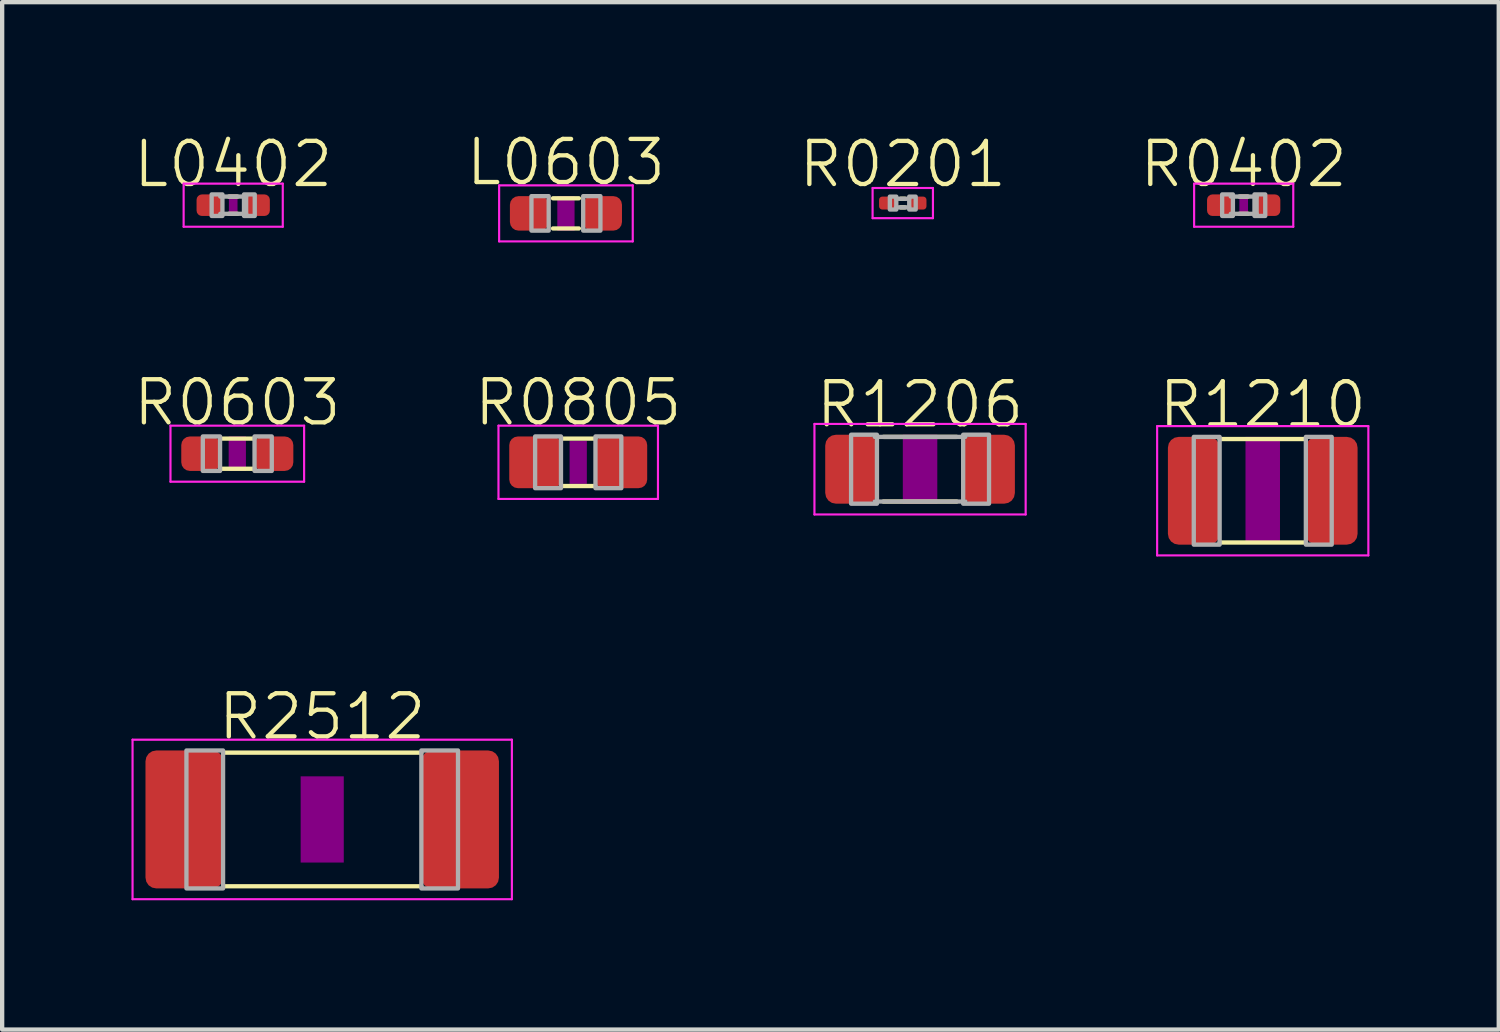
<source format=kicad_pcb>
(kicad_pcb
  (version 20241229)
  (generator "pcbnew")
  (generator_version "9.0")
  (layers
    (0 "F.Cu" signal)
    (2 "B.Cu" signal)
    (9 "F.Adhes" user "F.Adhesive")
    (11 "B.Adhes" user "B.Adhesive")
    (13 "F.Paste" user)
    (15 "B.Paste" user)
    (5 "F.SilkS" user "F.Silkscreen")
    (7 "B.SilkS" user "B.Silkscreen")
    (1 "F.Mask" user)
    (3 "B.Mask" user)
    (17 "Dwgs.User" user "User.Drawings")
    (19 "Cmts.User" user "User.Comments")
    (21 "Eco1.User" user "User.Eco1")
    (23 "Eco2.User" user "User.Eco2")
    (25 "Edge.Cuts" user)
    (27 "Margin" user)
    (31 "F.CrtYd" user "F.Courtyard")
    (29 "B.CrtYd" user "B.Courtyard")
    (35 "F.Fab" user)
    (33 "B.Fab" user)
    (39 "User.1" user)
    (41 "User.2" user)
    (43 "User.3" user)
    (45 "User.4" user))
  (footprint "R1206"
    (layer "F.Cu")
    (at 18.294 7.835)
    (property "Reference" "R1206" (at 0 -1.5 0) (layer "F.SilkS") (effects (font (size 1 1) (thickness 0.1))))
    (attr smd)
    (fp_line (start -0.85 -0.75) (end 0.85 -0.75) (stroke (width 0.1) (type solid)) (layer "F.SilkS"))
    (fp_line (start 0.85 0.75) (end -0.85 0.75) (stroke (width 0.1) (type solid)) (layer "F.SilkS"))
    (fp_poly (pts (xy -0.4 0.8) (xy 0.4 0.8) (xy 0.4 -0.8) (xy -0.4 -0.8)) (stroke (width 0) (type solid)) (fill yes) (layer "F.Adhes"))
    (fp_line (start -2.45 -1.05) (end 2.45 -1.05) (stroke (width 0.05) (type solid)) (layer "F.CrtYd"))
    (fp_line (start -2.45 1.05) (end -2.45 -1.05) (stroke (width 0.05) (type solid)) (layer "F.CrtYd"))
    (fp_line (start 2.45 -1.05) (end 2.45 1.05) (stroke (width 0.05) (type solid)) (layer "F.CrtYd"))
    (fp_line (start 2.45 1.05) (end -2.45 1.05) (stroke (width 0.05) (type solid)) (layer "F.CrtYd"))
    (fp_line (start -1.05 -0.75) (end 1.05 -0.75) (stroke (width 0.1) (type default)) (layer "F.Fab"))
    (fp_line (start -1.05 0.75) (end 1.05 0.75) (stroke (width 0.1) (type default)) (layer "F.Fab"))
    (fp_poly (pts (xy -1.6 0.8) (xy -1 0.8) (xy -1 -0.8) (xy -1.6 -0.8)) (stroke (width 0.1) (type solid)) (fill no) (layer "F.Fab"))
    (fp_poly (pts (xy 1 0.8) (xy 1.6 0.8) (xy 1.6 -0.8) (xy 1 -0.8)) (stroke (width 0.1) (type solid)) (fill no) (layer "F.Fab"))
    (pad "1" smd roundrect (at -1.6 0) (size 1.2 1.6) (layers "F.Cu" "F.Mask" "F.Paste") (roundrect_rratio 0.208))
    (pad "2" smd roundrect (at 1.6 0) (size 1.2 1.6) (layers "F.Cu" "F.Mask" "F.Paste") (roundrect_rratio 0.208)))
  (footprint "R1210"
    (layer "F.Cu")
    (at 26.244 8.335)
    (property "Reference" "R1210" (at 0 -2 0) (layer "F.SilkS") (effects (font (size 1 1) (thickness 0.1))))
    (attr smd)
    (fp_line (start -1 -1.2) (end 1 -1.2) (stroke (width 0.1) (type solid)) (layer "F.SilkS"))
    (fp_line (start 1 1.2) (end -1 1.2) (stroke (width 0.1) (type solid)) (layer "F.SilkS"))
    (fp_poly (pts (xy -0.4 1.2) (xy 0.4 1.2) (xy 0.4 -1.25) (xy -0.4 -1.25)) (stroke (width 0) (type solid)) (fill yes) (layer "F.Adhes"))
    (fp_line (start -2.45 -1.5) (end 2.45 -1.5) (stroke (width 0.05) (type solid)) (layer "F.CrtYd"))
    (fp_line (start -2.45 1.5) (end -2.45 -1.5) (stroke (width 0.05) (type solid)) (layer "F.CrtYd"))
    (fp_line (start 2.45 -1.5) (end 2.45 1.5) (stroke (width 0.05) (type solid)) (layer "F.CrtYd"))
    (fp_line (start 2.45 1.5) (end -2.45 1.5) (stroke (width 0.05) (type solid)) (layer "F.CrtYd"))
    (fp_poly (pts (xy -1.6 1.25) (xy -1 1.25) (xy -1 -1.25) (xy -1.6 -1.25)) (stroke (width 0.1) (type solid)) (fill no) (layer "F.Fab"))
    (fp_poly (pts (xy 1 1.25) (xy 1.6 1.25) (xy 1.6 -1.25) (xy 1 -1.25)) (stroke (width 0.1) (type solid)) (fill no) (layer "F.Fab"))
    (pad "1" smd roundrect (at -1.6 0) (size 1.2 2.5) (layers "F.Cu" "F.Mask" "F.Paste") (roundrect_rratio 0.208))
    (pad "2" smd roundrect (at 1.6 0) (size 1.2 2.5) (layers "F.Cu" "F.Mask" "F.Paste") (roundrect_rratio 0.208)))
  (footprint "R2512"
    (layer "F.Cu")
    (at 4.425 15.96)
    (property "Reference" "R2512" (at 0 -1.8 0) (layer "F.SilkS") (effects (font (size 1 1) (thickness 0.1)) (justify bottom)))
    (attr through_hole)
    (fp_line (start -2.3 -1.55) (end 2.3 -1.55) (stroke (width 0.1) (type solid)) (layer "F.SilkS"))
    (fp_line (start -2.3 1.55) (end 2.3 1.55) (stroke (width 0.1) (type solid)) (layer "F.SilkS"))
    (fp_poly (pts (xy -0.5 1) (xy 0.5 1) (xy 0.5 -1) (xy -0.5 -1)) (stroke (width 0) (type solid)) (fill yes) (layer "F.Adhes"))
    (fp_line (start -4.4 1.85) (end -4.4 -1.85) (stroke (width 0.05) (type solid)) (layer "F.CrtYd"))
    (fp_line (start -4.4 1.85) (end 4.4 1.85) (stroke (width 0.05) (type solid)) (layer "F.CrtYd"))
    (fp_line (start 4.4 -1.85) (end -4.4 -1.85) (stroke (width 0.05) (type solid)) (layer "F.CrtYd"))
    (fp_line (start 4.4 1.85) (end 4.4 -1.85) (stroke (width 0.05) (type solid)) (layer "F.CrtYd"))
    (fp_poly (pts (xy -3.15 1.6) (xy -2.3 1.6) (xy -2.3 -1.6) (xy -3.15 -1.6)) (stroke (width 0.1) (type solid)) (fill no) (layer "F.Fab"))
    (fp_poly (pts (xy 2.3 1.6) (xy 3.15 1.6) (xy 3.15 -1.6) (xy 2.3 -1.6)) (stroke (width 0.1) (type solid)) (fill no) (layer "F.Fab"))
    (pad "1" smd roundrect (at -3.2 0) (size 1.8 3.2) (layers "F.Cu" "F.Mask" "F.Paste") (roundrect_rratio 0.139))
    (pad "2" smd roundrect (at 3.2 0) (size 1.8 3.2) (layers "F.Cu" "F.Mask" "F.Paste") (roundrect_rratio 0.139)))
  (footprint "R0603"
    (layer "F.Cu")
    (at 2.455 7.475)
    (property "Reference" "R0603" (at 0 -0.6 0) (layer "F.SilkS") (effects (font (size 1 1) (thickness 0.1)) (justify bottom)))
    (attr through_hole)
    (fp_line (start -0.4 0.35) (end 0.4 0.35) (stroke (width 0.1) (type solid)) (layer "F.SilkS"))
    (fp_line (start 0.4 -0.35) (end -0.4 -0.35) (stroke (width 0.1) (type solid)) (layer "F.SilkS"))
    (fp_poly (pts (xy -0.2 0.4) (xy 0.2 0.4) (xy 0.2 -0.4) (xy -0.2 -0.4)) (stroke (width 0) (type solid)) (fill yes) (layer "F.Adhes"))
    (fp_line (start -1.55 -0.65) (end 1.55 -0.65) (stroke (width 0.05) (type solid)) (layer "F.CrtYd"))
    (fp_line (start -1.55 0.65) (end -1.55 -0.65) (stroke (width 0.05) (type solid)) (layer "F.CrtYd"))
    (fp_line (start 1.55 -0.65) (end 1.55 0.65) (stroke (width 0.05) (type solid)) (layer "F.CrtYd"))
    (fp_line (start 1.55 0.65) (end -1.55 0.65) (stroke (width 0.05) (type solid)) (layer "F.CrtYd"))
    (fp_poly (pts (xy -0.8 0.4) (xy -0.4 0.4) (xy -0.4 -0.4) (xy -0.8 -0.4)) (stroke (width 0.1) (type solid)) (fill no) (layer "F.Fab"))
    (fp_poly (pts (xy 0.4 0.4) (xy 0.8 0.4) (xy 0.8 -0.4) (xy 0.4 -0.4)) (stroke (width 0.1) (type solid)) (fill no) (layer "F.Fab"))
    (pad "1" smd roundrect (at -0.85 0) (size 0.9 0.8) (layers "F.Cu" "F.Mask" "F.Paste") (roundrect_rratio 0.25))
    (pad "2" smd roundrect (at 0.85 0) (size 0.9 0.8) (layers "F.Cu" "F.Mask" "F.Paste") (roundrect_rratio 0.25)))
  (footprint "R0402"
    (layer "F.Cu")
    (at 25.802 1.71)
    (property "Reference" "R0402" (at 0 -0.95 0) (layer "F.SilkS") (effects (font (size 1 1) (thickness 0.1))))
    (attr smd)
    (fp_line (start -0.1 0.2) (end 0.1 0.2) (stroke (width 0.1) (type solid)) (layer "F.SilkS"))
    (fp_line (start 0.1 -0.2) (end -0.1 -0.2) (stroke (width 0.1) (type solid)) (layer "F.SilkS"))
    (fp_poly (pts (xy -0.1 0.25) (xy 0.1 0.25) (xy 0.1 -0.25) (xy -0.1 -0.25)) (stroke (width 0) (type solid)) (fill yes) (layer "F.Adhes"))
    (fp_line (start -1.15 -0.5) (end 1.15 -0.5) (stroke (width 0.05) (type solid)) (layer "F.CrtYd"))
    (fp_line (start -1.15 0.5) (end -1.15 -0.5) (stroke (width 0.05) (type solid)) (layer "F.CrtYd"))
    (fp_line (start 1.15 -0.5) (end 1.15 0.5) (stroke (width 0.05) (type solid)) (layer "F.CrtYd"))
    (fp_line (start 1.15 0.5) (end -1.15 0.5) (stroke (width 0.05) (type solid)) (layer "F.CrtYd"))
    (fp_line (start -0.3 -0.2) (end 0.3 -0.2) (stroke (width 0.1) (type default)) (layer "F.Fab"))
    (fp_line (start 0.3 -0.2) (end 0.3 0.2) (stroke (width 0.1) (type default)) (layer "F.Fab"))
    (fp_line (start 0.3 0.2) (end -0.3 0.2) (stroke (width 0.1) (type default)) (layer "F.Fab"))
    (fp_poly (pts (xy -0.5 0.25) (xy -0.25 0.25) (xy -0.25 -0.25) (xy -0.5 -0.25)) (stroke (width 0.1) (type solid)) (fill no) (layer "F.Fab"))
    (fp_poly (pts (xy 0.25 0.25) (xy 0.5 0.25) (xy 0.5 -0.25) (xy 0.25 -0.25)) (stroke (width 0.1) (type solid)) (fill no) (layer "F.Fab"))
    (pad "1" smd roundrect (at -0.55 0) (size 0.6 0.5) (layers "F.Cu" "F.Mask" "F.Paste") (roundrect_rratio 0.25))
    (pad "2" smd roundrect (at 0.55 0) (size 0.6 0.5) (layers "F.Cu" "F.Mask" "F.Paste") (roundrect_rratio 0.25)))
  (footprint "R0805"
    (layer "F.Cu")
    (at 10.364 7.675)
    (property "Reference" "R0805" (at 0 -0.8 0) (layer "F.SilkS") (effects (font (size 1 1) (thickness 0.1)) (justify bottom)))
    (attr smd)
    (fp_line (start -0.4 -0.55) (end 0.4 -0.55) (stroke (width 0.1) (type solid)) (layer "F.SilkS"))
    (fp_line (start -0.4 0.55) (end 0.4 0.55) (stroke (width 0.1) (type solid)) (layer "F.SilkS"))
    (fp_poly (pts (xy -0.2 0.5) (xy 0.2 0.5) (xy 0.2 -0.5) (xy -0.2 -0.5)) (stroke (width 0) (type solid)) (fill yes) (layer "F.Adhes"))
    (fp_line (start -1.85 -0.85) (end 1.85 -0.85) (stroke (width 0.05) (type solid)) (layer "F.CrtYd"))
    (fp_line (start -1.85 0.85) (end -1.85 -0.85) (stroke (width 0.05) (type solid)) (layer "F.CrtYd"))
    (fp_line (start 1.85 -0.85) (end 1.85 0.85) (stroke (width 0.05) (type solid)) (layer "F.CrtYd"))
    (fp_line (start 1.85 0.85) (end -1.85 0.85) (stroke (width 0.05) (type solid)) (layer "F.CrtYd"))
    (fp_poly (pts (xy -1 0.6) (xy -0.4 0.6) (xy -0.4 -0.6) (xy -1 -0.6)) (stroke (width 0.1) (type solid)) (fill no) (layer "F.Fab"))
    (fp_poly (pts (xy 0.4 0.6) (xy 1 0.6) (xy 1 -0.6) (xy 0.4 -0.6)) (stroke (width 0.1) (type solid)) (fill no) (layer "F.Fab"))
    (pad "1" smd roundrect (at -1 0) (size 1.2 1.2) (layers "F.Cu" "F.Mask" "F.Paste") (roundrect_rratio 0.167))
    (pad "2" smd roundrect (at 1 0) (size 1.2 1.2) (layers "F.Cu" "F.Mask" "F.Paste") (roundrect_rratio 0.167)))
  (footprint "L0402"
    (layer "F.Cu")
    (at 2.36 1.71)
    (property "Reference" "L0402" (at 0 -0.95 0) (layer "F.SilkS") (effects (font (size 1 1) (thickness 0.1))))
    (attr smd)
    (fp_line (start -0.1 0.2) (end 0.1 0.2) (stroke (width 0.1) (type solid)) (layer "F.SilkS"))
    (fp_line (start 0.1 -0.2) (end -0.1 -0.2) (stroke (width 0.1) (type solid)) (layer "F.SilkS"))
    (fp_poly (pts (xy -0.1 0.25) (xy 0.1 0.25) (xy 0.1 -0.25) (xy -0.1 -0.25)) (stroke (width 0) (type solid)) (fill yes) (layer "F.Adhes"))
    (fp_line (start -1.15 -0.5) (end 1.15 -0.5) (stroke (width 0.05) (type solid)) (layer "F.CrtYd"))
    (fp_line (start -1.15 0.5) (end -1.15 -0.5) (stroke (width 0.05) (type solid)) (layer "F.CrtYd"))
    (fp_line (start 1.15 -0.5) (end 1.15 0.5) (stroke (width 0.05) (type solid)) (layer "F.CrtYd"))
    (fp_line (start 1.15 0.5) (end -1.15 0.5) (stroke (width 0.05) (type solid)) (layer "F.CrtYd"))
    (fp_line (start -0.3 -0.2) (end 0.3 -0.2) (stroke (width 0.1) (type default)) (layer "F.Fab"))
    (fp_line (start 0.3 -0.2) (end 0.3 0.2) (stroke (width 0.1) (type default)) (layer "F.Fab"))
    (fp_line (start 0.3 0.2) (end -0.3 0.2) (stroke (width 0.1) (type default)) (layer "F.Fab"))
    (fp_poly (pts (xy -0.5 0.25) (xy -0.25 0.25) (xy -0.25 -0.25) (xy -0.5 -0.25)) (stroke (width 0.1) (type solid)) (fill no) (layer "F.Fab"))
    (fp_poly (pts (xy 0.25 0.25) (xy 0.5 0.25) (xy 0.5 -0.25) (xy 0.25 -0.25)) (stroke (width 0.1) (type solid)) (fill no) (layer "F.Fab"))
    (pad "1" smd roundrect (at -0.55 0) (size 0.6 0.5) (layers "F.Cu" "F.Mask" "F.Paste") (roundrect_rratio 0.25))
    (pad "2" smd roundrect (at 0.55 0) (size 0.6 0.5) (layers "F.Cu" "F.Mask" "F.Paste") (roundrect_rratio 0.25)))
  (footprint "R0201"
    (layer "F.Cu")
    (at 17.893 1.661)
    (property "Reference" "R0201" (at 0 -0.9 0) (layer "F.SilkS") (effects (font (size 1 1) (thickness 0.1))))
    (attr smd)
    (fp_line (start -0.05 -0.1) (end 0.05 -0.1) (stroke (width 0.1) (type default)) (layer "F.SilkS"))
    (fp_line (start -0.05 0.1) (end 0.05 0.1) (stroke (width 0.1) (type default)) (layer "F.SilkS"))
    (fp_line (start -0.7 -0.35) (end 0.7 -0.35) (stroke (width 0.05) (type solid)) (layer "F.CrtYd"))
    (fp_line (start -0.7 0.35) (end -0.7 -0.35) (stroke (width 0.05) (type solid)) (layer "F.CrtYd"))
    (fp_line (start 0.7 -0.35) (end 0.7 0.35) (stroke (width 0.05) (type solid)) (layer "F.CrtYd"))
    (fp_line (start 0.7 0.35) (end -0.7 0.35) (stroke (width 0.05) (type solid)) (layer "F.CrtYd"))
    (fp_line (start -0.15 -0.1) (end 0.15 -0.1) (stroke (width 0.1) (type default)) (layer "F.Fab"))
    (fp_line (start -0.15 0.1) (end 0.15 0.1) (stroke (width 0.1) (type default)) (layer "F.Fab"))
    (fp_rect (start -0.3 -0.15) (end -0.15 0.15) (stroke (width 0.1) (type solid)) (fill no) (layer "F.Fab"))
    (fp_rect (start 0.15 -0.15) (end 0.3 0.15) (stroke (width 0.1) (type solid)) (fill no) (layer "F.Fab"))
    (pad "1" smd roundrect (at -0.35 0) (size 0.4 0.3) (layers "F.Cu" "F.Mask" "F.Paste") (roundrect_rratio 0.25))
    (pad "2" smd roundrect (at 0.35 0) (size 0.4 0.3) (layers "F.Cu" "F.Mask" "F.Paste") (roundrect_rratio 0.25)))
  (footprint "L0603"
    (layer "F.Cu")
    (at 10.079 1.9)
    (property "Reference" "L0603" (at 0 -0.6 0) (layer "F.SilkS") (effects (font (size 1 1) (thickness 0.1)) (justify bottom)))
    (attr smd)
    (fp_line (start -0.3 -0.35) (end 0.3 -0.35) (stroke (width 0.1) (type solid)) (layer "F.SilkS"))
    (fp_line (start 0.3 0.35) (end -0.3 0.35) (stroke (width 0.1) (type solid)) (layer "F.SilkS"))
    (fp_poly (pts (xy -0.2 0.4) (xy 0.2 0.4) (xy 0.2 -0.4) (xy -0.2 -0.4)) (stroke (width 0) (type solid)) (fill yes) (layer "F.Adhes"))
    (fp_line (start -1.55 -0.65) (end -1.55 0.65) (stroke (width 0.05) (type solid)) (layer "F.CrtYd"))
    (fp_line (start -1.55 0.65) (end 1.55 0.65) (stroke (width 0.05) (type solid)) (layer "F.CrtYd"))
    (fp_line (start 1.55 -0.65) (end -1.55 -0.65) (stroke (width 0.05) (type solid)) (layer "F.CrtYd"))
    (fp_line (start 1.55 0.65) (end 1.55 -0.65) (stroke (width 0.05) (type solid)) (layer "F.CrtYd"))
    (fp_poly (pts (xy -0.8 0.4) (xy -0.4 0.4) (xy -0.4 -0.4) (xy -0.8 -0.4)) (stroke (width 0.1) (type solid)) (fill no) (layer "F.Fab"))
    (fp_poly (pts (xy 0.4 0.4) (xy 0.8 0.4) (xy 0.8 -0.4) (xy 0.4 -0.4)) (stroke (width 0.1) (type solid)) (fill no) (layer "F.Fab"))
    (pad "1" smd roundrect (at -0.85 0) (size 0.9 0.8) (layers "F.Cu" "F.Mask" "F.Paste") (roundrect_rratio 0.25))
    (pad "2" smd roundrect (at 0.85 0) (size 0.9 0.8) (layers "F.Cu" "F.Mask" "F.Paste") (roundrect_rratio 0.25)))
  (gr_rect
    (start -3 -3)
    (end 31.719 20.835)
    (stroke (width 0.1) (type default))
    (fill no)
    (layer "Edge.Cuts")))
</source>
